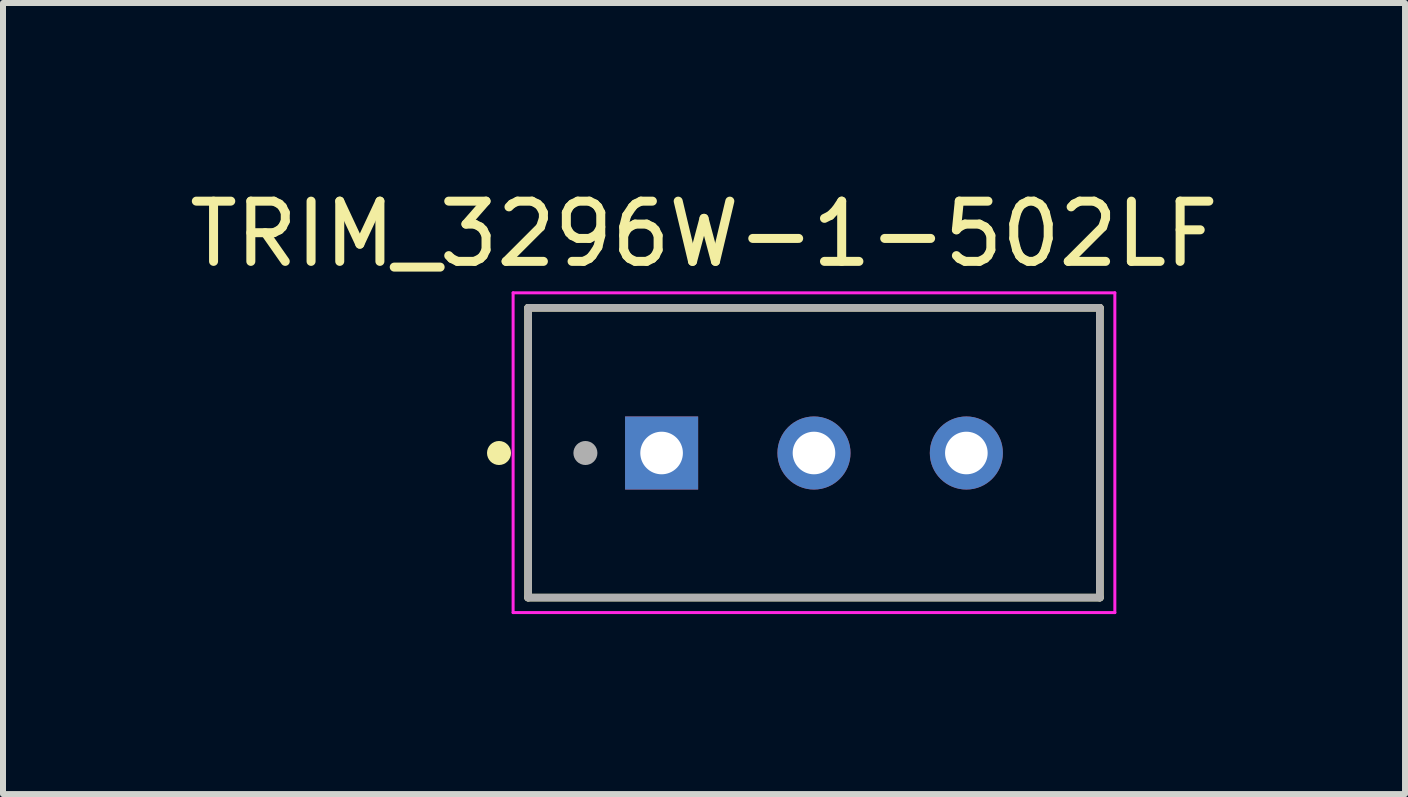
<source format=kicad_pcb>
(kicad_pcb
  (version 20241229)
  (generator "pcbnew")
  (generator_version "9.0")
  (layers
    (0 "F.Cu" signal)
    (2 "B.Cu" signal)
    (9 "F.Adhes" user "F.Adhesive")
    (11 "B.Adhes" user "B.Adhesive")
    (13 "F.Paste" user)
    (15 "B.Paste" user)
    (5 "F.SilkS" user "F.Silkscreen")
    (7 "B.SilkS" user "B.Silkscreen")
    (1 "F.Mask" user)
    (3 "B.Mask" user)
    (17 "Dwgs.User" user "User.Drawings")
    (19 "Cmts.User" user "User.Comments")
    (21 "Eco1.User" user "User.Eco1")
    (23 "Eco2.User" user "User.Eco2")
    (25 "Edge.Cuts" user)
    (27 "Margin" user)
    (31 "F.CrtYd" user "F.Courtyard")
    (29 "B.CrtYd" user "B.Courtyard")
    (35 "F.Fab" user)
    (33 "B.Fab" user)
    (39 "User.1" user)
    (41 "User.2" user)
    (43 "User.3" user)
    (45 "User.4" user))
  (footprint "TRIM_3296W-1-502LF"
    (layer "F.Cu")
    (at 10.518 4.501)
    (property "Reference" "TRIM_3296W-1-502LF" (at -1.833 -3.651 0) (layer "F.SilkS") (effects (font (size 1.004 1.004) (thickness 0.15))))
    (attr through_hole)
    (fp_line (start -4.765 -2.42) (end 4.765 -2.42) (stroke (width 0.127) (type solid)) (layer "F.SilkS"))
    (fp_line (start -4.765 2.41) (end -4.765 -2.42) (stroke (width 0.127) (type solid)) (layer "F.SilkS"))
    (fp_line (start 4.765 -2.42) (end 4.765 2.41) (stroke (width 0.127) (type solid)) (layer "F.SilkS"))
    (fp_line (start 4.765 2.41) (end -4.765 2.41) (stroke (width 0.127) (type solid)) (layer "F.SilkS"))
    (fp_circle (center -5.25 0) (end -5.15 0) (stroke (width 0.2) (type solid)) (fill no) (layer "F.SilkS"))
    (fp_line (start -5.015 -2.67) (end 5.015 -2.67) (stroke (width 0.05) (type solid)) (layer "F.CrtYd"))
    (fp_line (start -5.015 2.66) (end -5.015 -2.67) (stroke (width 0.05) (type solid)) (layer "F.CrtYd"))
    (fp_line (start 5.015 -2.67) (end 5.015 2.66) (stroke (width 0.05) (type solid)) (layer "F.CrtYd"))
    (fp_line (start 5.015 2.66) (end -5.015 2.66) (stroke (width 0.05) (type solid)) (layer "F.CrtYd"))
    (fp_line (start -4.765 -2.42) (end 4.765 -2.42) (stroke (width 0.127) (type solid)) (layer "F.Fab"))
    (fp_line (start -4.765 2.41) (end -4.765 -2.42) (stroke (width 0.127) (type solid)) (layer "F.Fab"))
    (fp_line (start 4.765 -2.42) (end 4.765 2.41) (stroke (width 0.127) (type solid)) (layer "F.Fab"))
    (fp_line (start 4.765 2.41) (end -4.765 2.41) (stroke (width 0.127) (type solid)) (layer "F.Fab"))
    (fp_circle (center -3.81 0) (end -3.71 0) (stroke (width 0.2) (type solid)) (fill no) (layer "F.Fab"))
    (pad "1" thru_hole rect (at -2.54 0) (size 1.218 1.218) (drill 0.71) (layers "*.Cu" "*.Mask"))
    (pad "2" thru_hole circle (at 0 0) (size 1.218 1.218) (drill 0.71) (layers "*.Cu" "*.Mask"))
    (pad "3" thru_hole circle (at 2.54 0) (size 1.218 1.218) (drill 0.71) (layers "*.Cu" "*.Mask")))
  (gr_rect
    (start -3 -3)
    (end 20.37 10.186)
    (stroke (width 0.1) (type default))
    (fill no)
    (layer "Edge.Cuts")))
</source>
